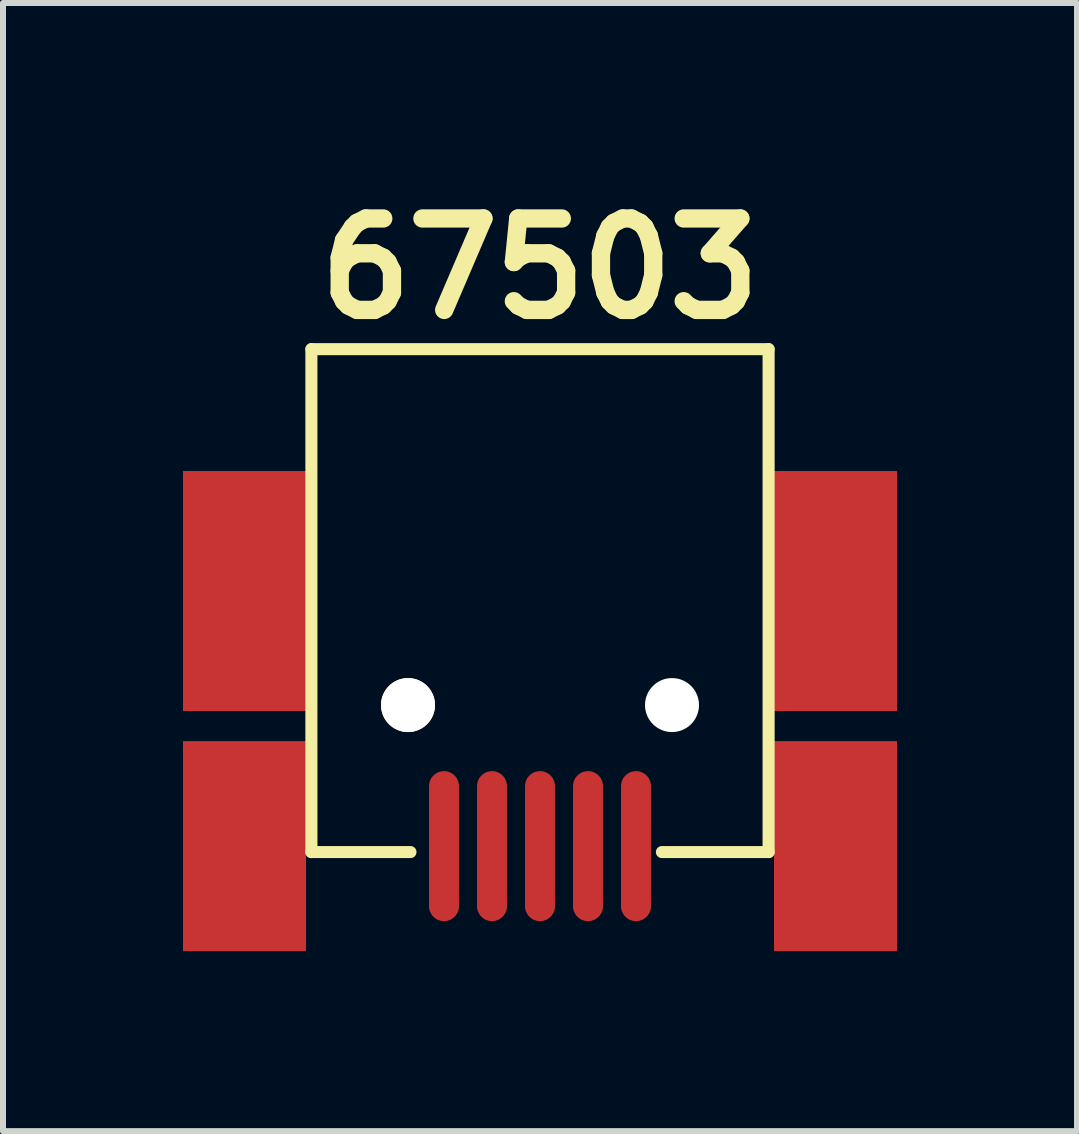
<source format=kicad_pcb>
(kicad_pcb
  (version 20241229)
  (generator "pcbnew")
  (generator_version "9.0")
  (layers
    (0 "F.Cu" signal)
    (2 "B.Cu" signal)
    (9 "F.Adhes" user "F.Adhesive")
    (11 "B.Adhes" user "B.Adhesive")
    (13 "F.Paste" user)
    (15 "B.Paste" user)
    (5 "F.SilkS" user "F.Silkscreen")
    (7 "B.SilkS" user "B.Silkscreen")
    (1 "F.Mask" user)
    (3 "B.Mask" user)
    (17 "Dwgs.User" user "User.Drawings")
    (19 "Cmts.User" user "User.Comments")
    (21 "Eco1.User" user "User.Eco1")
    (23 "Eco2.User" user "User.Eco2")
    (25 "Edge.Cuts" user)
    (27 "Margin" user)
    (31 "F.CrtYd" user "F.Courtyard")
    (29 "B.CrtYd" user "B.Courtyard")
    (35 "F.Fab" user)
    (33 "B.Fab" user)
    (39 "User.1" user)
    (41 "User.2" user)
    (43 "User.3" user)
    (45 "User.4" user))
  (footprint "67503"
    (layer "F.Cu")
    (at 5.95 4.801)
    (property "Reference" "67503" (at 0 -3.375 0) (layer "F.SilkS") (effects (font (size 1.524 1.524) (thickness 0.305))))
    (attr smd)
    (fp_line (start -3.81 -2.032) (end 3.81 -2.032) (stroke (width 0.201) (type solid)) (layer "F.SilkS"))
    (fp_line (start -3.81 6.35) (end -3.81 -2.032) (stroke (width 0.201) (type solid)) (layer "F.SilkS"))
    (fp_line (start -2.159 6.35) (end -3.81 6.35) (stroke (width 0.201) (type solid)) (layer "F.SilkS"))
    (fp_line (start 3.81 -2.032) (end 3.81 6.35) (stroke (width 0.201) (type solid)) (layer "F.SilkS"))
    (fp_line (start 3.81 6.35) (end 2.032 6.35) (stroke (width 0.201) (type solid)) (layer "F.SilkS"))
    (pad "" smd rect (at -4.925 1.999) (size 2.05 4) (layers "F.Cu" "F.Mask" "F.Paste"))
    (pad "" smd rect (at -4.925 6.251) (size 2.05 3.5) (layers "F.Cu" "F.Mask" "F.Paste"))
    (pad "" np_thru_hole circle (at -2.2 3.9) (size 0.9 0.9) (drill 0.9) (layers "*.Cu" "*.Mask" "F.SilkS"))
    (pad "" np_thru_hole circle (at 2.2 3.9) (size 0.9 0.9) (drill 0.9) (layers "*.Cu" "*.Mask"))
    (pad "" smd rect (at 4.925 1.999) (size 2.05 4) (layers "F.Cu" "F.Mask" "F.Paste"))
    (pad "" smd rect (at 4.925 6.251) (size 2.05 3.5) (layers "F.Cu" "F.Mask" "F.Paste"))
    (pad "1" smd oval (at 1.6 6.251) (size 0.5 2.5) (layers "F.Cu" "F.Mask" "F.Paste"))
    (pad "2" smd oval (at 0.8 6.251) (size 0.5 2.5) (layers "F.Cu" "F.Mask" "F.Paste"))
    (pad "3" smd oval (at 0 6.251) (size 0.5 2.5) (layers "F.Cu" "F.Mask" "F.Paste"))
    (pad "4" smd oval (at -0.8 6.251) (size 0.5 2.5) (layers "F.Cu" "F.Mask" "F.Paste"))
    (pad "5" smd oval (at -1.6 6.251) (size 0.5 2.5) (layers "F.Cu" "F.Mask" "F.Paste")))
  (gr_rect
    (start -3 -3)
    (end 14.9 15.802)
    (stroke (width 0.1) (type default))
    (fill no)
    (layer "Edge.Cuts")))
</source>
